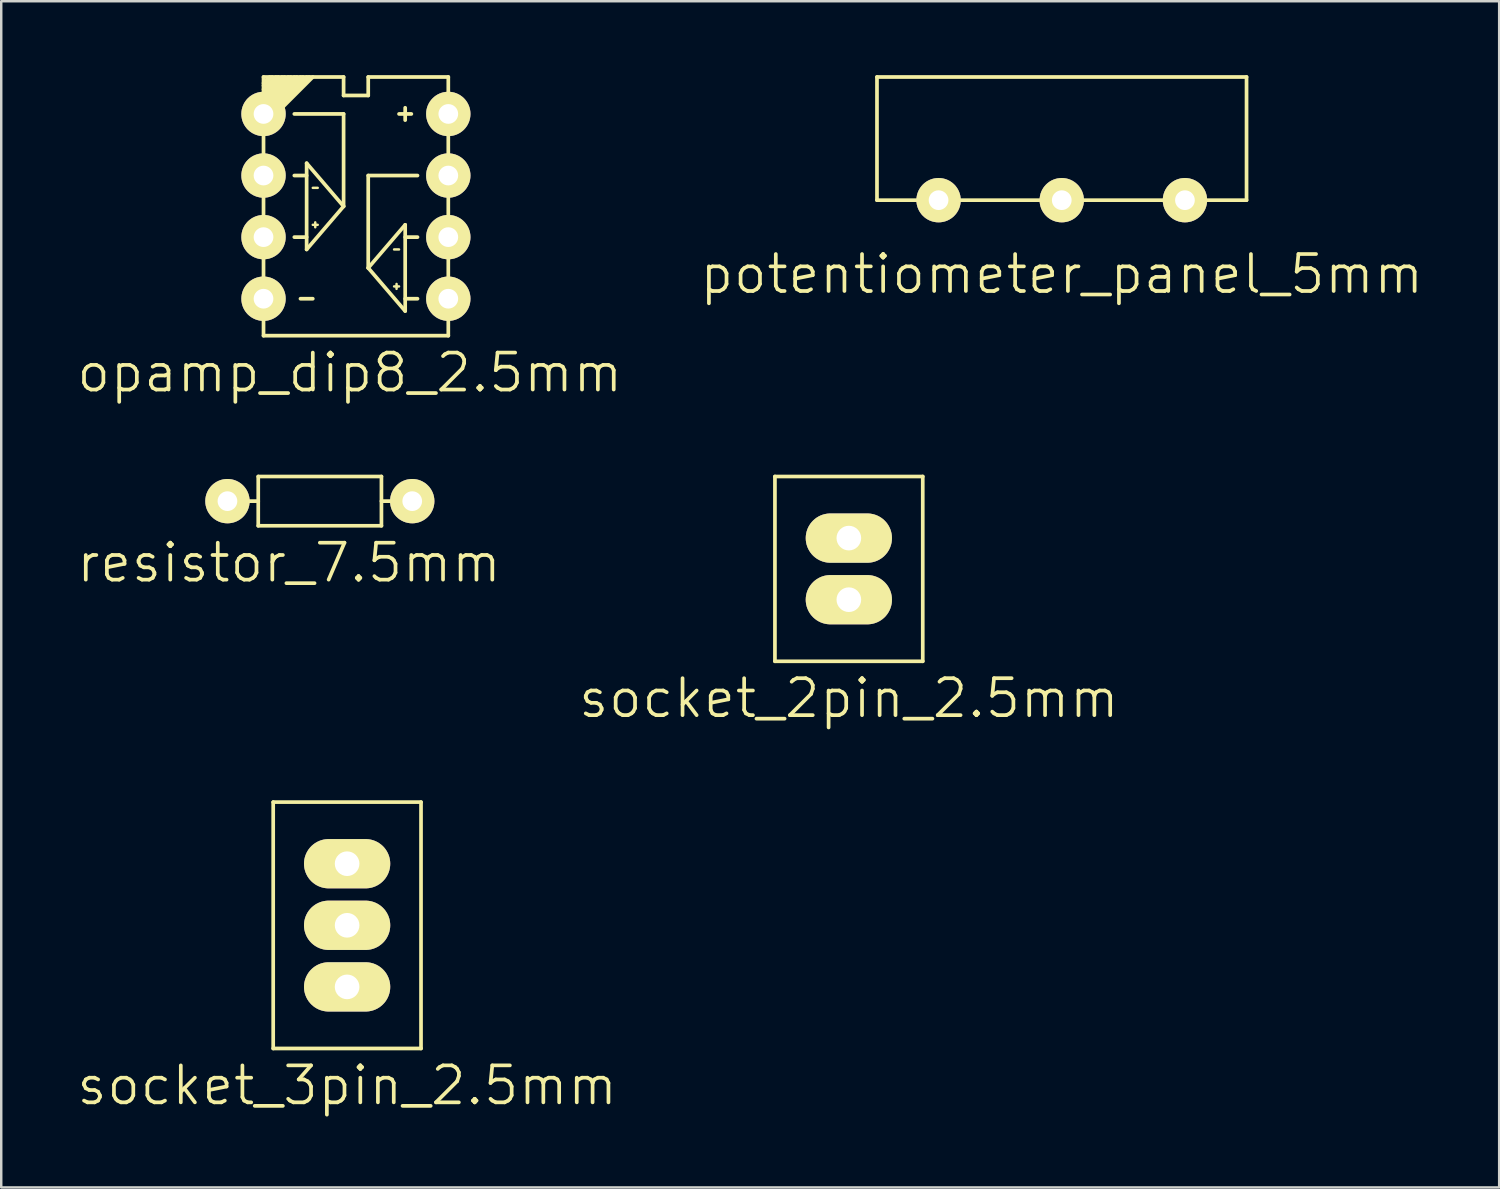
<source format=kicad_pcb>
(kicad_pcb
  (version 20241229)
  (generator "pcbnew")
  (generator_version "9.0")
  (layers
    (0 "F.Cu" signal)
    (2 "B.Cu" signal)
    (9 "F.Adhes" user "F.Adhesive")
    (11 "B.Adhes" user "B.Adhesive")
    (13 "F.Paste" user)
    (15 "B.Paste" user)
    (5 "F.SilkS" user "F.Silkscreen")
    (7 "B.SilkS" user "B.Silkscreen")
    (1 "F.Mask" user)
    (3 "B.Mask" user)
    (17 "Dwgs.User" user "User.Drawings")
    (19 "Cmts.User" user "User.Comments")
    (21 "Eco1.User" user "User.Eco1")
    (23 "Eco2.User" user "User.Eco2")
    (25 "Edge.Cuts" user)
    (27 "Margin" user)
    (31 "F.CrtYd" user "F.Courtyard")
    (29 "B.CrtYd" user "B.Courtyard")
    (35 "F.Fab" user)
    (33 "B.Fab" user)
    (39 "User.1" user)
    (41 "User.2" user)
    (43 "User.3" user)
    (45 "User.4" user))
  (footprint "resistor_7.5mm"
    (layer "F.Cu")
    (at 8.682 17.291)
    (property "Reference" "resistor_7.5mm" (at 0 2.5 0) (layer "F.SilkS") (effects (font (size 1.5 1.5) (thickness 0.15))))
    (attr through_hole)
    (fp_line (start -2.5 0) (end -1.25 0) (stroke (width 0.15) (type solid)) (layer "F.SilkS"))
    (fp_line (start -1.25 -1) (end -1.25 1) (stroke (width 0.15) (type solid)) (layer "F.SilkS"))
    (fp_line (start -1.25 1) (end 3.75 1) (stroke (width 0.15) (type solid)) (layer "F.SilkS"))
    (fp_line (start 3.75 -1) (end -1.25 -1) (stroke (width 0.15) (type solid)) (layer "F.SilkS"))
    (fp_line (start 3.75 1) (end 3.75 -1) (stroke (width 0.15) (type solid)) (layer "F.SilkS"))
    (fp_line (start 5 0) (end 3.75 0) (stroke (width 0.15) (type solid)) (layer "F.SilkS"))
    (pad "1" thru_hole circle (at -2.5 0) (size 1.8 1.8) (drill 0.8) (layers "*.Cu" "*.Mask" "F.SilkS"))
    (pad "2" thru_hole circle (at 5 0) (size 1.8 1.8) (drill 0.8) (layers "*.Cu" "*.Mask" "F.SilkS")))
  (footprint "opamp_dip8_2.5mm"
    (layer "F.Cu")
    (at 7.646 1.575)
    (property "Reference" "opamp_dip8_2.5mm" (at 3.5 10.5 0) (layer "F.SilkS") (effects (font (size 1.5 1.5) (thickness 0.15))))
    (attr through_hole)
    (fp_line (start 0 -1.5) (end 0 9) (stroke (width 0.15) (type solid)) (layer "F.SilkS"))
    (fp_line (start 0 -1.25) (end 0.25 -1.5) (stroke (width 0.15) (type solid)) (layer "F.SilkS"))
    (fp_line (start 0 -1.15) (end 0.35 -1.5) (stroke (width 0.15) (type solid)) (layer "F.SilkS"))
    (fp_line (start 0 -1) (end 0.5 -1.5) (stroke (width 0.15) (type solid)) (layer "F.SilkS"))
    (fp_line (start 0 -0.85) (end 0.6 -1.5) (stroke (width 0.15) (type solid)) (layer "F.SilkS"))
    (fp_line (start 0 -0.75) (end 0.75 -1.5) (stroke (width 0.15) (type solid)) (layer "F.SilkS"))
    (fp_line (start 0 -0.6) (end 0.85 -1.5) (stroke (width 0.15) (type solid)) (layer "F.SilkS"))
    (fp_line (start 0 -0.5) (end 1 -1.5) (stroke (width 0.15) (type solid)) (layer "F.SilkS"))
    (fp_line (start 0 -0.4) (end 1.1 -1.5) (stroke (width 0.15) (type solid)) (layer "F.SilkS"))
    (fp_line (start 0 -0.25) (end 1.25 -1.5) (stroke (width 0.15) (type solid)) (layer "F.SilkS"))
    (fp_line (start 0 -0.15) (end 1.35 -1.5) (stroke (width 0.15) (type solid)) (layer "F.SilkS"))
    (fp_line (start 0 0) (end 1.5 -1.5) (stroke (width 0.15) (type solid)) (layer "F.SilkS"))
    (fp_line (start 0 0.1) (end 1.6 -1.5) (stroke (width 0.15) (type solid)) (layer "F.SilkS"))
    (fp_line (start 0 0.25) (end 1.75 -1.5) (stroke (width 0.15) (type solid)) (layer "F.SilkS"))
    (fp_line (start 0 0.35) (end 1.85 -1.5) (stroke (width 0.15) (type solid)) (layer "F.SilkS"))
    (fp_line (start 0 0.5) (end 2 -1.5) (stroke (width 0.15) (type solid)) (layer "F.SilkS"))
    (fp_line (start 0 9) (end 7.5 9) (stroke (width 0.15) (type solid)) (layer "F.SilkS"))
    (fp_line (start 1.25 2.5) (end 1.75 2.5) (stroke (width 0.15) (type solid)) (layer "F.SilkS"))
    (fp_line (start 1.25 5) (end 1.75 5) (stroke (width 0.15) (type solid)) (layer "F.SilkS"))
    (fp_line (start 1.5 7.5) (end 2 7.5) (stroke (width 0.15) (type solid)) (layer "F.SilkS"))
    (fp_line (start 1.75 2) (end 1.75 5.5) (stroke (width 0.15) (type solid)) (layer "F.SilkS"))
    (fp_line (start 1.75 5.5) (end 3.25 3.75) (stroke (width 0.15) (type solid)) (layer "F.SilkS"))
    (fp_line (start 2 3) (end 2.2 3) (stroke (width 0.1) (type solid)) (layer "F.SilkS"))
    (fp_line (start 2 4.5) (end 2.2 4.5) (stroke (width 0.1) (type solid)) (layer "F.SilkS"))
    (fp_line (start 2.1 4.6) (end 2.1 4.4) (stroke (width 0.1) (type solid)) (layer "F.SilkS"))
    (fp_line (start 3.25 -1.5) (end 0 -1.5) (stroke (width 0.15) (type solid)) (layer "F.SilkS"))
    (fp_line (start 3.25 -1.5) (end 3.25 -0.75) (stroke (width 0.15) (type solid)) (layer "F.SilkS"))
    (fp_line (start 3.25 -0.75) (end 4.25 -0.75) (stroke (width 0.15) (type solid)) (layer "F.SilkS"))
    (fp_line (start 3.25 0) (end 1.25 0) (stroke (width 0.15) (type solid)) (layer "F.SilkS"))
    (fp_line (start 3.25 3.75) (end 1.75 2) (stroke (width 0.15) (type solid)) (layer "F.SilkS"))
    (fp_line (start 3.25 3.75) (end 3.25 0) (stroke (width 0.15) (type solid)) (layer "F.SilkS"))
    (fp_line (start 4.25 -1.5) (end 7.5 -1.5) (stroke (width 0.15) (type solid)) (layer "F.SilkS"))
    (fp_line (start 4.25 -0.75) (end 4.25 -1.5) (stroke (width 0.15) (type solid)) (layer "F.SilkS"))
    (fp_line (start 4.25 2.5) (end 6.25 2.5) (stroke (width 0.15) (type solid)) (layer "F.SilkS"))
    (fp_line (start 4.25 6.25) (end 4.25 2.5) (stroke (width 0.15) (type solid)) (layer "F.SilkS"))
    (fp_line (start 4.25 6.25) (end 5.75 4.5) (stroke (width 0.15) (type solid)) (layer "F.SilkS"))
    (fp_line (start 5.3 7) (end 5.5 7) (stroke (width 0.1) (type solid)) (layer "F.SilkS"))
    (fp_line (start 5.4 6.9) (end 5.4 7.1) (stroke (width 0.1) (type solid)) (layer "F.SilkS"))
    (fp_line (start 5.5 5.5) (end 5.3 5.5) (stroke (width 0.1) (type solid)) (layer "F.SilkS"))
    (fp_line (start 5.75 -0.25) (end 5.75 0.25) (stroke (width 0.15) (type solid)) (layer "F.SilkS"))
    (fp_line (start 5.75 8) (end 4.25 6.25) (stroke (width 0.15) (type solid)) (layer "F.SilkS"))
    (fp_line (start 5.75 8) (end 5.75 4.5) (stroke (width 0.15) (type solid)) (layer "F.SilkS"))
    (fp_line (start 6 0) (end 5.5 0) (stroke (width 0.15) (type solid)) (layer "F.SilkS"))
    (fp_line (start 6.25 5) (end 5.75 5) (stroke (width 0.15) (type solid)) (layer "F.SilkS"))
    (fp_line (start 6.25 7.5) (end 5.75 7.5) (stroke (width 0.15) (type solid)) (layer "F.SilkS"))
    (fp_line (start 7.5 9) (end 7.5 -1.5) (stroke (width 0.15) (type solid)) (layer "F.SilkS"))
    (pad "1" thru_hole circle (at 0 0) (size 1.8 1.8) (drill 0.8) (layers "*.Cu" "*.Mask" "F.SilkS"))
    (pad "2" thru_hole circle (at 0 2.5) (size 1.8 1.8) (drill 0.8) (layers "*.Cu" "*.Mask" "F.SilkS"))
    (pad "3" thru_hole circle (at 0 5) (size 1.8 1.8) (drill 0.8) (layers "*.Cu" "*.Mask" "F.SilkS"))
    (pad "4" thru_hole circle (at 0 7.5) (size 1.8 1.8) (drill 0.8) (layers "*.Cu" "*.Mask" "F.SilkS"))
    (pad "5" thru_hole circle (at 7.5 7.5) (size 1.8 1.8) (drill 0.8) (layers "*.Cu" "*.Mask" "F.SilkS"))
    (pad "6" thru_hole circle (at 7.5 5) (size 1.8 1.8) (drill 0.8) (layers "*.Cu" "*.Mask" "F.SilkS"))
    (pad "7" thru_hole circle (at 7.5 2.5) (size 1.8 1.8) (drill 0.8) (layers "*.Cu" "*.Mask" "F.SilkS"))
    (pad "8" thru_hole circle (at 7.5 0) (size 1.8 1.8) (drill 0.8) (layers "*.Cu" "*.Mask" "F.SilkS")))
  (footprint "potentiometer_panel_5mm"
    (layer "F.Cu")
    (at 40.046 5.075)
    (property "Reference" "potentiometer_panel_5mm" (at 0 3 0) (layer "F.SilkS") (effects (font (size 1.5 1.5) (thickness 0.15))))
    (attr through_hole)
    (fp_line (start -7.5 -5) (end 7.5 -5) (stroke (width 0.15) (type solid)) (layer "F.SilkS"))
    (fp_line (start -7.5 0) (end -7.5 -5) (stroke (width 0.15) (type solid)) (layer "F.SilkS"))
    (fp_line (start 7.5 -5) (end 7.5 0) (stroke (width 0.15) (type solid)) (layer "F.SilkS"))
    (fp_line (start 7.5 0) (end -7.5 0) (stroke (width 0.15) (type solid)) (layer "F.SilkS"))
    (pad "1" thru_hole circle (at 5 0) (size 1.8 1.8) (drill 0.8) (layers "*.Cu" "*.Mask" "F.SilkS"))
    (pad "2" thru_hole circle (at 0 0) (size 1.8 1.8) (drill 0.8) (layers "*.Cu" "*.Mask" "F.SilkS"))
    (pad "3" thru_hole circle (at -5 0) (size 1.8 1.8) (drill 0.8) (layers "*.Cu" "*.Mask" "F.SilkS")))
  (footprint "socket_2pin_2.5mm"
    (layer "F.Cu")
    (at 31.404 21.291)
    (property "Reference" "socket_2pin_2.5mm" (at 0 4 0) (layer "F.SilkS") (effects (font (size 1.5 1.5) (thickness 0.15))))
    (attr through_hole)
    (fp_line (start -3 -5) (end -3 2.5) (stroke (width 0.15) (type solid)) (layer "F.SilkS"))
    (fp_line (start -3 2.5) (end 3 2.5) (stroke (width 0.15) (type solid)) (layer "F.SilkS"))
    (fp_line (start 3 -5) (end -3 -5) (stroke (width 0.15) (type solid)) (layer "F.SilkS"))
    (fp_line (start 3 2.5) (end 3 -5) (stroke (width 0.15) (type solid)) (layer "F.SilkS"))
    (pad "1" thru_hole oval (at 0 -2.5) (size 3.5 2) (drill 1) (layers "*.Cu" "*.Mask" "F.SilkS"))
    (pad "2" thru_hole oval (at 0 0) (size 3.5 2) (drill 1) (layers "*.Cu" "*.Mask" "F.SilkS")))
  (footprint "socket_3pin_2.5mm"
    (layer "F.Cu")
    (at 11.039 37.007)
    (property "Reference" "socket_3pin_2.5mm" (at 0 4 0) (layer "F.SilkS") (effects (font (size 1.5 1.5) (thickness 0.15))))
    (attr through_hole)
    (fp_line (start -3 -7.5) (end -3 2.5) (stroke (width 0.15) (type solid)) (layer "F.SilkS"))
    (fp_line (start -3 2.5) (end 3 2.5) (stroke (width 0.15) (type solid)) (layer "F.SilkS"))
    (fp_line (start 3 -7.5) (end -3 -7.5) (stroke (width 0.15) (type solid)) (layer "F.SilkS"))
    (fp_line (start 3 -7.5) (end 3 2.5) (stroke (width 0.15) (type solid)) (layer "F.SilkS"))
    (pad "1" thru_hole oval (at 0 -5) (size 3.5 2) (drill 1) (layers "*.Cu" "*.Mask" "F.SilkS"))
    (pad "2" thru_hole oval (at 0 -2.5) (size 3.5 2) (drill 1) (layers "*.Cu" "*.Mask" "F.SilkS"))
    (pad "3" thru_hole oval (at 0 0) (size 3.5 2) (drill 1) (layers "*.Cu" "*.Mask" "F.SilkS")))
  (gr_rect
    (start -3 -3)
    (end 57.8 45.147)
    (stroke (width 0.1) (type default))
    (fill no)
    (layer "Edge.Cuts")))
</source>
